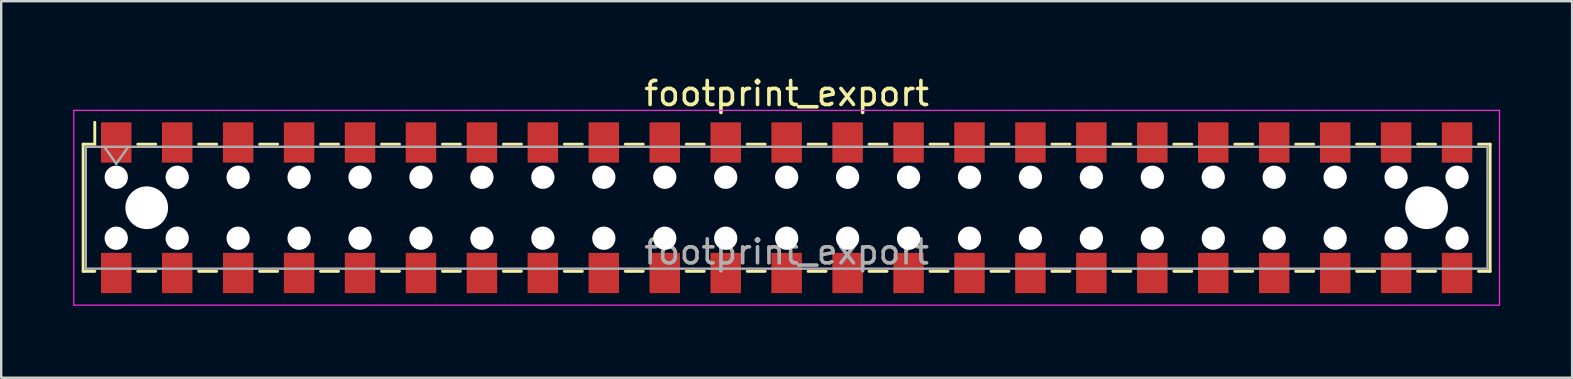
<source format=kicad_pcb>
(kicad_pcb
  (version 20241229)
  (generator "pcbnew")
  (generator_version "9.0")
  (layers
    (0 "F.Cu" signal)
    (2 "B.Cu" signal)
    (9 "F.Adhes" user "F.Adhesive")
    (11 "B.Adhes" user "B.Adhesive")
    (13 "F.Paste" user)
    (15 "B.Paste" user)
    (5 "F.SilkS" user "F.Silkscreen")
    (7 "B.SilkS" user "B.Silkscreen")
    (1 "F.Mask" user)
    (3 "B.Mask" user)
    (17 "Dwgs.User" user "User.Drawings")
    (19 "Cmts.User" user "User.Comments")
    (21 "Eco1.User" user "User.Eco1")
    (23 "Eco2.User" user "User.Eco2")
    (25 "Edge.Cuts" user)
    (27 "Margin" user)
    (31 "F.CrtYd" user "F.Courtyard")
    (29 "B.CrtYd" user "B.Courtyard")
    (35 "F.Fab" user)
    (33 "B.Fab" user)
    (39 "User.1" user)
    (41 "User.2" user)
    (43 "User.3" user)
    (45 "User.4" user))
  (footprint "footprint_export"
    (layer "F.Cu")
    (at 29.735 5.608)
    (property "Reference" "footprint_export" (at 0 -4.76 0) (layer "F.SilkS") (effects (font (size 1 1) (thickness 0.15))))
    (attr smd)
    (fp_line (start -29.32 -2.65) (end -29.32 2.65) (stroke (width 0.12) (type solid)) (layer "F.SilkS"))
    (fp_line (start -29.32 2.65) (end -28.835 2.65) (stroke (width 0.12) (type solid)) (layer "F.SilkS"))
    (fp_line (start -28.835 -3.56) (end -28.835 -2.65) (stroke (width 0.12) (type solid)) (layer "F.SilkS"))
    (fp_line (start -28.835 -2.65) (end -29.32 -2.65) (stroke (width 0.12) (type solid)) (layer "F.SilkS"))
    (fp_line (start -27.045 -2.65) (end -26.295 -2.65) (stroke (width 0.12) (type solid)) (layer "F.SilkS"))
    (fp_line (start -27.045 2.65) (end -26.295 2.65) (stroke (width 0.12) (type solid)) (layer "F.SilkS"))
    (fp_line (start -24.505 -2.65) (end -23.755 -2.65) (stroke (width 0.12) (type solid)) (layer "F.SilkS"))
    (fp_line (start -24.505 2.65) (end -23.755 2.65) (stroke (width 0.12) (type solid)) (layer "F.SilkS"))
    (fp_line (start -21.965 -2.65) (end -21.215 -2.65) (stroke (width 0.12) (type solid)) (layer "F.SilkS"))
    (fp_line (start -21.965 2.65) (end -21.215 2.65) (stroke (width 0.12) (type solid)) (layer "F.SilkS"))
    (fp_line (start -19.425 -2.65) (end -18.675 -2.65) (stroke (width 0.12) (type solid)) (layer "F.SilkS"))
    (fp_line (start -19.425 2.65) (end -18.675 2.65) (stroke (width 0.12) (type solid)) (layer "F.SilkS"))
    (fp_line (start -16.885 -2.65) (end -16.135 -2.65) (stroke (width 0.12) (type solid)) (layer "F.SilkS"))
    (fp_line (start -16.885 2.65) (end -16.135 2.65) (stroke (width 0.12) (type solid)) (layer "F.SilkS"))
    (fp_line (start -14.345 -2.65) (end -13.595 -2.65) (stroke (width 0.12) (type solid)) (layer "F.SilkS"))
    (fp_line (start -14.345 2.65) (end -13.595 2.65) (stroke (width 0.12) (type solid)) (layer "F.SilkS"))
    (fp_line (start -11.805 -2.65) (end -11.055 -2.65) (stroke (width 0.12) (type solid)) (layer "F.SilkS"))
    (fp_line (start -11.805 2.65) (end -11.055 2.65) (stroke (width 0.12) (type solid)) (layer "F.SilkS"))
    (fp_line (start -9.265 -2.65) (end -8.515 -2.65) (stroke (width 0.12) (type solid)) (layer "F.SilkS"))
    (fp_line (start -9.265 2.65) (end -8.515 2.65) (stroke (width 0.12) (type solid)) (layer "F.SilkS"))
    (fp_line (start -6.725 -2.65) (end -5.975 -2.65) (stroke (width 0.12) (type solid)) (layer "F.SilkS"))
    (fp_line (start -6.725 2.65) (end -5.975 2.65) (stroke (width 0.12) (type solid)) (layer "F.SilkS"))
    (fp_line (start -4.185 -2.65) (end -3.435 -2.65) (stroke (width 0.12) (type solid)) (layer "F.SilkS"))
    (fp_line (start -4.185 2.65) (end -3.435 2.65) (stroke (width 0.12) (type solid)) (layer "F.SilkS"))
    (fp_line (start -1.645 -2.65) (end -0.895 -2.65) (stroke (width 0.12) (type solid)) (layer "F.SilkS"))
    (fp_line (start -1.645 2.65) (end -0.895 2.65) (stroke (width 0.12) (type solid)) (layer "F.SilkS"))
    (fp_line (start 0.895 -2.65) (end 1.645 -2.65) (stroke (width 0.12) (type solid)) (layer "F.SilkS"))
    (fp_line (start 0.895 2.65) (end 1.645 2.65) (stroke (width 0.12) (type solid)) (layer "F.SilkS"))
    (fp_line (start 3.435 -2.65) (end 4.185 -2.65) (stroke (width 0.12) (type solid)) (layer "F.SilkS"))
    (fp_line (start 3.435 2.65) (end 4.185 2.65) (stroke (width 0.12) (type solid)) (layer "F.SilkS"))
    (fp_line (start 5.975 -2.65) (end 6.725 -2.65) (stroke (width 0.12) (type solid)) (layer "F.SilkS"))
    (fp_line (start 5.975 2.65) (end 6.725 2.65) (stroke (width 0.12) (type solid)) (layer "F.SilkS"))
    (fp_line (start 8.515 -2.65) (end 9.265 -2.65) (stroke (width 0.12) (type solid)) (layer "F.SilkS"))
    (fp_line (start 8.515 2.65) (end 9.265 2.65) (stroke (width 0.12) (type solid)) (layer "F.SilkS"))
    (fp_line (start 11.055 -2.65) (end 11.805 -2.65) (stroke (width 0.12) (type solid)) (layer "F.SilkS"))
    (fp_line (start 11.055 2.65) (end 11.805 2.65) (stroke (width 0.12) (type solid)) (layer "F.SilkS"))
    (fp_line (start 13.595 -2.65) (end 14.345 -2.65) (stroke (width 0.12) (type solid)) (layer "F.SilkS"))
    (fp_line (start 13.595 2.65) (end 14.345 2.65) (stroke (width 0.12) (type solid)) (layer "F.SilkS"))
    (fp_line (start 16.135 -2.65) (end 16.885 -2.65) (stroke (width 0.12) (type solid)) (layer "F.SilkS"))
    (fp_line (start 16.135 2.65) (end 16.885 2.65) (stroke (width 0.12) (type solid)) (layer "F.SilkS"))
    (fp_line (start 18.675 -2.65) (end 19.425 -2.65) (stroke (width 0.12) (type solid)) (layer "F.SilkS"))
    (fp_line (start 18.675 2.65) (end 19.425 2.65) (stroke (width 0.12) (type solid)) (layer "F.SilkS"))
    (fp_line (start 21.215 -2.65) (end 21.965 -2.65) (stroke (width 0.12) (type solid)) (layer "F.SilkS"))
    (fp_line (start 21.215 2.65) (end 21.965 2.65) (stroke (width 0.12) (type solid)) (layer "F.SilkS"))
    (fp_line (start 23.755 -2.65) (end 24.505 -2.65) (stroke (width 0.12) (type solid)) (layer "F.SilkS"))
    (fp_line (start 23.755 2.65) (end 24.505 2.65) (stroke (width 0.12) (type solid)) (layer "F.SilkS"))
    (fp_line (start 26.295 -2.65) (end 27.045 -2.65) (stroke (width 0.12) (type solid)) (layer "F.SilkS"))
    (fp_line (start 26.295 2.65) (end 27.045 2.65) (stroke (width 0.12) (type solid)) (layer "F.SilkS"))
    (fp_line (start 28.835 -2.65) (end 29.32 -2.65) (stroke (width 0.12) (type solid)) (layer "F.SilkS"))
    (fp_line (start 29.32 -2.65) (end 29.32 2.65) (stroke (width 0.12) (type solid)) (layer "F.SilkS"))
    (fp_line (start 29.32 2.65) (end 28.835 2.65) (stroke (width 0.12) (type solid)) (layer "F.SilkS"))
    (fp_line (start -29.71 -4.06) (end 29.71 -4.06) (stroke (width 0.05) (type solid)) (layer "F.CrtYd"))
    (fp_line (start -29.71 4.06) (end -29.71 -4.06) (stroke (width 0.05) (type solid)) (layer "F.CrtYd"))
    (fp_line (start 29.71 -4.06) (end 29.71 4.06) (stroke (width 0.05) (type solid)) (layer "F.CrtYd"))
    (fp_line (start 29.71 4.06) (end -29.71 4.06) (stroke (width 0.05) (type solid)) (layer "F.CrtYd"))
    (fp_line (start -29.21 -2.54) (end 29.21 -2.54) (stroke (width 0.1) (type solid)) (layer "F.Fab"))
    (fp_line (start -29.21 2.54) (end -29.21 -2.54) (stroke (width 0.1) (type solid)) (layer "F.Fab"))
    (fp_line (start -28.44 -2.54) (end -27.94 -1.833) (stroke (width 0.1) (type solid)) (layer "F.Fab"))
    (fp_line (start -27.94 -1.833) (end -27.44 -2.54) (stroke (width 0.1) (type solid)) (layer "F.Fab"))
    (fp_line (start 29.21 -2.54) (end 29.21 2.54) (stroke (width 0.1) (type solid)) (layer "F.Fab"))
    (fp_line (start 29.21 2.54) (end -29.21 2.54) (stroke (width 0.1) (type solid)) (layer "F.Fab"))
    (fp_text user "${REFERENCE}" (at 0 1.84 0) (layer "F.Fab") (effects (font (size 1 1) (thickness 0.15))))
    (pad "" np_thru_hole circle (at -27.94 -1.27) (size 0.97 0.97) (drill 0.97) (layers "*.Cu" "*.Mask"))
    (pad "" np_thru_hole circle (at -27.94 1.27) (size 0.97 0.97) (drill 0.97) (layers "*.Cu" "*.Mask"))
    (pad "" np_thru_hole circle (at -26.67 0) (size 1.78 1.78) (drill 1.78) (layers "*.Cu" "*.Mask"))
    (pad "" np_thru_hole circle (at -25.4 -1.27) (size 0.97 0.97) (drill 0.97) (layers "*.Cu" "*.Mask"))
    (pad "" np_thru_hole circle (at -25.4 1.27) (size 0.97 0.97) (drill 0.97) (layers "*.Cu" "*.Mask"))
    (pad "" np_thru_hole circle (at -22.86 -1.27) (size 0.97 0.97) (drill 0.97) (layers "*.Cu" "*.Mask"))
    (pad "" np_thru_hole circle (at -22.86 1.27) (size 0.97 0.97) (drill 0.97) (layers "*.Cu" "*.Mask"))
    (pad "" np_thru_hole circle (at -20.32 -1.27) (size 0.97 0.97) (drill 0.97) (layers "*.Cu" "*.Mask"))
    (pad "" np_thru_hole circle (at -20.32 1.27) (size 0.97 0.97) (drill 0.97) (layers "*.Cu" "*.Mask"))
    (pad "" np_thru_hole circle (at -17.78 -1.27) (size 0.97 0.97) (drill 0.97) (layers "*.Cu" "*.Mask"))
    (pad "" np_thru_hole circle (at -17.78 1.27) (size 0.97 0.97) (drill 0.97) (layers "*.Cu" "*.Mask"))
    (pad "" np_thru_hole circle (at -15.24 -1.27) (size 0.97 0.97) (drill 0.97) (layers "*.Cu" "*.Mask"))
    (pad "" np_thru_hole circle (at -15.24 1.27) (size 0.97 0.97) (drill 0.97) (layers "*.Cu" "*.Mask"))
    (pad "" np_thru_hole circle (at -12.7 -1.27) (size 0.97 0.97) (drill 0.97) (layers "*.Cu" "*.Mask"))
    (pad "" np_thru_hole circle (at -12.7 1.27) (size 0.97 0.97) (drill 0.97) (layers "*.Cu" "*.Mask"))
    (pad "" np_thru_hole circle (at -10.16 -1.27) (size 0.97 0.97) (drill 0.97) (layers "*.Cu" "*.Mask"))
    (pad "" np_thru_hole circle (at -10.16 1.27) (size 0.97 0.97) (drill 0.97) (layers "*.Cu" "*.Mask"))
    (pad "" np_thru_hole circle (at -7.62 -1.27) (size 0.97 0.97) (drill 0.97) (layers "*.Cu" "*.Mask"))
    (pad "" np_thru_hole circle (at -7.62 1.27) (size 0.97 0.97) (drill 0.97) (layers "*.Cu" "*.Mask"))
    (pad "" np_thru_hole circle (at -5.08 -1.27) (size 0.97 0.97) (drill 0.97) (layers "*.Cu" "*.Mask"))
    (pad "" np_thru_hole circle (at -5.08 1.27) (size 0.97 0.97) (drill 0.97) (layers "*.Cu" "*.Mask"))
    (pad "" np_thru_hole circle (at -2.54 -1.27) (size 0.97 0.97) (drill 0.97) (layers "*.Cu" "*.Mask"))
    (pad "" np_thru_hole circle (at -2.54 1.27) (size 0.97 0.97) (drill 0.97) (layers "*.Cu" "*.Mask"))
    (pad "" np_thru_hole circle (at 0 -1.27) (size 0.97 0.97) (drill 0.97) (layers "*.Cu" "*.Mask"))
    (pad "" np_thru_hole circle (at 0 1.27) (size 0.97 0.97) (drill 0.97) (layers "*.Cu" "*.Mask"))
    (pad "" np_thru_hole circle (at 2.54 -1.27) (size 0.97 0.97) (drill 0.97) (layers "*.Cu" "*.Mask"))
    (pad "" np_thru_hole circle (at 2.54 1.27) (size 0.97 0.97) (drill 0.97) (layers "*.Cu" "*.Mask"))
    (pad "" np_thru_hole circle (at 5.08 -1.27) (size 0.97 0.97) (drill 0.97) (layers "*.Cu" "*.Mask"))
    (pad "" np_thru_hole circle (at 5.08 1.27) (size 0.97 0.97) (drill 0.97) (layers "*.Cu" "*.Mask"))
    (pad "" np_thru_hole circle (at 7.62 -1.27) (size 0.97 0.97) (drill 0.97) (layers "*.Cu" "*.Mask"))
    (pad "" np_thru_hole circle (at 7.62 1.27) (size 0.97 0.97) (drill 0.97) (layers "*.Cu" "*.Mask"))
    (pad "" np_thru_hole circle (at 10.16 -1.27) (size 0.97 0.97) (drill 0.97) (layers "*.Cu" "*.Mask"))
    (pad "" np_thru_hole circle (at 10.16 1.27) (size 0.97 0.97) (drill 0.97) (layers "*.Cu" "*.Mask"))
    (pad "" np_thru_hole circle (at 12.7 -1.27) (size 0.97 0.97) (drill 0.97) (layers "*.Cu" "*.Mask"))
    (pad "" np_thru_hole circle (at 12.7 1.27) (size 0.97 0.97) (drill 0.97) (layers "*.Cu" "*.Mask"))
    (pad "" np_thru_hole circle (at 15.24 -1.27) (size 0.97 0.97) (drill 0.97) (layers "*.Cu" "*.Mask"))
    (pad "" np_thru_hole circle (at 15.24 1.27) (size 0.97 0.97) (drill 0.97) (layers "*.Cu" "*.Mask"))
    (pad "" np_thru_hole circle (at 17.78 -1.27) (size 0.97 0.97) (drill 0.97) (layers "*.Cu" "*.Mask"))
    (pad "" np_thru_hole circle (at 17.78 1.27) (size 0.97 0.97) (drill 0.97) (layers "*.Cu" "*.Mask"))
    (pad "" np_thru_hole circle (at 20.32 -1.27) (size 0.97 0.97) (drill 0.97) (layers "*.Cu" "*.Mask"))
    (pad "" np_thru_hole circle (at 20.32 1.27) (size 0.97 0.97) (drill 0.97) (layers "*.Cu" "*.Mask"))
    (pad "" np_thru_hole circle (at 22.86 -1.27) (size 0.97 0.97) (drill 0.97) (layers "*.Cu" "*.Mask"))
    (pad "" np_thru_hole circle (at 22.86 1.27) (size 0.97 0.97) (drill 0.97) (layers "*.Cu" "*.Mask"))
    (pad "" np_thru_hole circle (at 25.4 -1.27) (size 0.97 0.97) (drill 0.97) (layers "*.Cu" "*.Mask"))
    (pad "" np_thru_hole circle (at 25.4 1.27) (size 0.97 0.97) (drill 0.97) (layers "*.Cu" "*.Mask"))
    (pad "" np_thru_hole circle (at 26.67 0) (size 1.78 1.78) (drill 1.78) (layers "*.Cu" "*.Mask"))
    (pad "" np_thru_hole circle (at 27.94 -1.27) (size 0.97 0.97) (drill 0.97) (layers "*.Cu" "*.Mask"))
    (pad "" np_thru_hole circle (at 27.94 1.27) (size 0.97 0.97) (drill 0.97) (layers "*.Cu" "*.Mask"))
    (pad "1" smd rect (at -27.94 -2.72) (size 1.27 1.68) (layers "F.Cu" "F.Mask" "F.Paste"))
    (pad "2" smd rect (at -27.94 2.72) (size 1.27 1.68) (layers "F.Cu" "F.Mask" "F.Paste"))
    (pad "3" smd rect (at -25.4 -2.72) (size 1.27 1.68) (layers "F.Cu" "F.Mask" "F.Paste"))
    (pad "4" smd rect (at -25.4 2.72) (size 1.27 1.68) (layers "F.Cu" "F.Mask" "F.Paste"))
    (pad "5" smd rect (at -22.86 -2.72) (size 1.27 1.68) (layers "F.Cu" "F.Mask" "F.Paste"))
    (pad "6" smd rect (at -22.86 2.72) (size 1.27 1.68) (layers "F.Cu" "F.Mask" "F.Paste"))
    (pad "7" smd rect (at -20.32 -2.72) (size 1.27 1.68) (layers "F.Cu" "F.Mask" "F.Paste"))
    (pad "8" smd rect (at -20.32 2.72) (size 1.27 1.68) (layers "F.Cu" "F.Mask" "F.Paste"))
    (pad "9" smd rect (at -17.78 -2.72) (size 1.27 1.68) (layers "F.Cu" "F.Mask" "F.Paste"))
    (pad "10" smd rect (at -17.78 2.72) (size 1.27 1.68) (layers "F.Cu" "F.Mask" "F.Paste"))
    (pad "11" smd rect (at -15.24 -2.72) (size 1.27 1.68) (layers "F.Cu" "F.Mask" "F.Paste"))
    (pad "12" smd rect (at -15.24 2.72) (size 1.27 1.68) (layers "F.Cu" "F.Mask" "F.Paste"))
    (pad "13" smd rect (at -12.7 -2.72) (size 1.27 1.68) (layers "F.Cu" "F.Mask" "F.Paste"))
    (pad "14" smd rect (at -12.7 2.72) (size 1.27 1.68) (layers "F.Cu" "F.Mask" "F.Paste"))
    (pad "15" smd rect (at -10.16 -2.72) (size 1.27 1.68) (layers "F.Cu" "F.Mask" "F.Paste"))
    (pad "16" smd rect (at -10.16 2.72) (size 1.27 1.68) (layers "F.Cu" "F.Mask" "F.Paste"))
    (pad "17" smd rect (at -7.62 -2.72) (size 1.27 1.68) (layers "F.Cu" "F.Mask" "F.Paste"))
    (pad "18" smd rect (at -7.62 2.72) (size 1.27 1.68) (layers "F.Cu" "F.Mask" "F.Paste"))
    (pad "19" smd rect (at -5.08 -2.72) (size 1.27 1.68) (layers "F.Cu" "F.Mask" "F.Paste"))
    (pad "20" smd rect (at -5.08 2.72) (size 1.27 1.68) (layers "F.Cu" "F.Mask" "F.Paste"))
    (pad "21" smd rect (at -2.54 -2.72) (size 1.27 1.68) (layers "F.Cu" "F.Mask" "F.Paste"))
    (pad "22" smd rect (at -2.54 2.72) (size 1.27 1.68) (layers "F.Cu" "F.Mask" "F.Paste"))
    (pad "23" smd rect (at 0 -2.72) (size 1.27 1.68) (layers "F.Cu" "F.Mask" "F.Paste"))
    (pad "24" smd rect (at 0 2.72) (size 1.27 1.68) (layers "F.Cu" "F.Mask" "F.Paste"))
    (pad "25" smd rect (at 2.54 -2.72) (size 1.27 1.68) (layers "F.Cu" "F.Mask" "F.Paste"))
    (pad "26" smd rect (at 2.54 2.72) (size 1.27 1.68) (layers "F.Cu" "F.Mask" "F.Paste"))
    (pad "27" smd rect (at 5.08 -2.72) (size 1.27 1.68) (layers "F.Cu" "F.Mask" "F.Paste"))
    (pad "28" smd rect (at 5.08 2.72) (size 1.27 1.68) (layers "F.Cu" "F.Mask" "F.Paste"))
    (pad "29" smd rect (at 7.62 -2.72) (size 1.27 1.68) (layers "F.Cu" "F.Mask" "F.Paste"))
    (pad "30" smd rect (at 7.62 2.72) (size 1.27 1.68) (layers "F.Cu" "F.Mask" "F.Paste"))
    (pad "31" smd rect (at 10.16 -2.72) (size 1.27 1.68) (layers "F.Cu" "F.Mask" "F.Paste"))
    (pad "32" smd rect (at 10.16 2.72) (size 1.27 1.68) (layers "F.Cu" "F.Mask" "F.Paste"))
    (pad "33" smd rect (at 12.7 -2.72) (size 1.27 1.68) (layers "F.Cu" "F.Mask" "F.Paste"))
    (pad "34" smd rect (at 12.7 2.72) (size 1.27 1.68) (layers "F.Cu" "F.Mask" "F.Paste"))
    (pad "35" smd rect (at 15.24 -2.72) (size 1.27 1.68) (layers "F.Cu" "F.Mask" "F.Paste"))
    (pad "36" smd rect (at 15.24 2.72) (size 1.27 1.68) (layers "F.Cu" "F.Mask" "F.Paste"))
    (pad "37" smd rect (at 17.78 -2.72) (size 1.27 1.68) (layers "F.Cu" "F.Mask" "F.Paste"))
    (pad "38" smd rect (at 17.78 2.72) (size 1.27 1.68) (layers "F.Cu" "F.Mask" "F.Paste"))
    (pad "39" smd rect (at 20.32 -2.72) (size 1.27 1.68) (layers "F.Cu" "F.Mask" "F.Paste"))
    (pad "40" smd rect (at 20.32 2.72) (size 1.27 1.68) (layers "F.Cu" "F.Mask" "F.Paste"))
    (pad "41" smd rect (at 22.86 -2.72) (size 1.27 1.68) (layers "F.Cu" "F.Mask" "F.Paste"))
    (pad "42" smd rect (at 22.86 2.72) (size 1.27 1.68) (layers "F.Cu" "F.Mask" "F.Paste"))
    (pad "43" smd rect (at 25.4 -2.72) (size 1.27 1.68) (layers "F.Cu" "F.Mask" "F.Paste"))
    (pad "44" smd rect (at 25.4 2.72) (size 1.27 1.68) (layers "F.Cu" "F.Mask" "F.Paste"))
    (pad "45" smd rect (at 27.94 -2.72) (size 1.27 1.68) (layers "F.Cu" "F.Mask" "F.Paste"))
    (pad "46" smd rect (at 27.94 2.72) (size 1.27 1.68) (layers "F.Cu" "F.Mask" "F.Paste")))
  (gr_rect
    (start -3 -3)
    (end 62.47 12.693)
    (stroke (width 0.1) (type default))
    (fill no)
    (layer "Edge.Cuts")))
</source>
